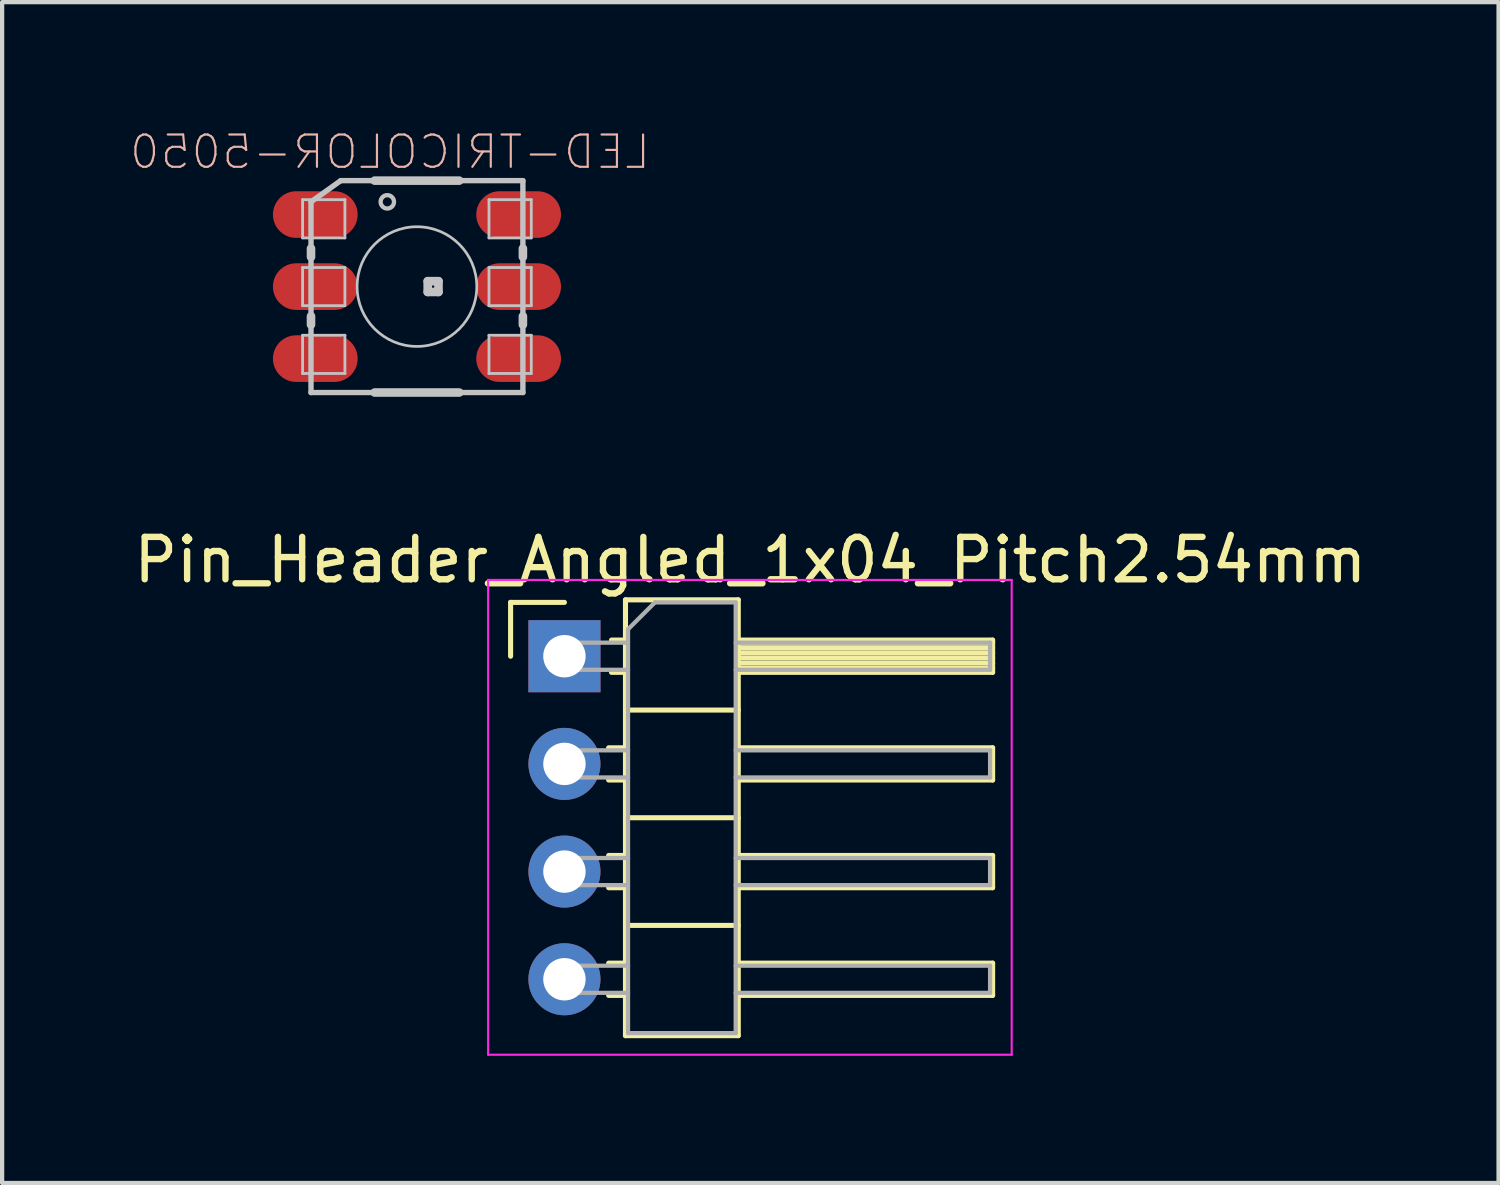
<source format=kicad_pcb>
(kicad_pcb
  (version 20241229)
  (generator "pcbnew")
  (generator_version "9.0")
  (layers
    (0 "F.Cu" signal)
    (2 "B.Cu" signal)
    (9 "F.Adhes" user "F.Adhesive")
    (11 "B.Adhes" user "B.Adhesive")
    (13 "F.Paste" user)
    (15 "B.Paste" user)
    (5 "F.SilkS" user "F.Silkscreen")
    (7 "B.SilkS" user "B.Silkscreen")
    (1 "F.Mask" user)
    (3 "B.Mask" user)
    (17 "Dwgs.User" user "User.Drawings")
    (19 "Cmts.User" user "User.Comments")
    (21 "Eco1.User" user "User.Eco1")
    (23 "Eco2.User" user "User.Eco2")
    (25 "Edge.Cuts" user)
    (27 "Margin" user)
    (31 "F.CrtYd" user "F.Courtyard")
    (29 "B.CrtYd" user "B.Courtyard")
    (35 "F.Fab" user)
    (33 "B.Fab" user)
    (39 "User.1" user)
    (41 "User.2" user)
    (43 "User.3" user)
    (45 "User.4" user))
  (footprint "Pin_Header_Angled_1x04_Pitch2.54mm"
    (layer "F.Cu")
    (at 10.264 12.429)
    (property "Reference" "Pin_Header_Angled_1x04_Pitch2.54mm" (at 4.385 -2.27 0) (layer "F.SilkS") (effects (font (size 1 1) (thickness 0.15))))
    (attr through_hole)
    (fp_line (start -1.27 -1.27) (end 0 -1.27) (stroke (width 0.12) (type solid)) (layer "F.SilkS"))
    (fp_line (start -1.27 0) (end -1.27 -1.27) (stroke (width 0.12) (type solid)) (layer "F.SilkS"))
    (fp_line (start 1.043 2.16) (end 1.44 2.16) (stroke (width 0.12) (type solid)) (layer "F.SilkS"))
    (fp_line (start 1.043 2.92) (end 1.44 2.92) (stroke (width 0.12) (type solid)) (layer "F.SilkS"))
    (fp_line (start 1.043 4.7) (end 1.44 4.7) (stroke (width 0.12) (type solid)) (layer "F.SilkS"))
    (fp_line (start 1.043 5.46) (end 1.44 5.46) (stroke (width 0.12) (type solid)) (layer "F.SilkS"))
    (fp_line (start 1.043 7.24) (end 1.44 7.24) (stroke (width 0.12) (type solid)) (layer "F.SilkS"))
    (fp_line (start 1.043 8) (end 1.44 8) (stroke (width 0.12) (type solid)) (layer "F.SilkS"))
    (fp_line (start 1.11 -0.38) (end 1.44 -0.38) (stroke (width 0.12) (type solid)) (layer "F.SilkS"))
    (fp_line (start 1.11 0.38) (end 1.44 0.38) (stroke (width 0.12) (type solid)) (layer "F.SilkS"))
    (fp_line (start 1.44 -1.33) (end 1.44 8.95) (stroke (width 0.12) (type solid)) (layer "F.SilkS"))
    (fp_line (start 1.44 1.27) (end 4.1 1.27) (stroke (width 0.12) (type solid)) (layer "F.SilkS"))
    (fp_line (start 1.44 3.81) (end 4.1 3.81) (stroke (width 0.12) (type solid)) (layer "F.SilkS"))
    (fp_line (start 1.44 6.35) (end 4.1 6.35) (stroke (width 0.12) (type solid)) (layer "F.SilkS"))
    (fp_line (start 1.44 8.95) (end 4.1 8.95) (stroke (width 0.12) (type solid)) (layer "F.SilkS"))
    (fp_line (start 4.1 -1.33) (end 1.44 -1.33) (stroke (width 0.12) (type solid)) (layer "F.SilkS"))
    (fp_line (start 4.1 -0.38) (end 10.1 -0.38) (stroke (width 0.12) (type solid)) (layer "F.SilkS"))
    (fp_line (start 4.1 -0.32) (end 10.1 -0.32) (stroke (width 0.12) (type solid)) (layer "F.SilkS"))
    (fp_line (start 4.1 -0.2) (end 10.1 -0.2) (stroke (width 0.12) (type solid)) (layer "F.SilkS"))
    (fp_line (start 4.1 -0.08) (end 10.1 -0.08) (stroke (width 0.12) (type solid)) (layer "F.SilkS"))
    (fp_line (start 4.1 0.04) (end 10.1 0.04) (stroke (width 0.12) (type solid)) (layer "F.SilkS"))
    (fp_line (start 4.1 0.16) (end 10.1 0.16) (stroke (width 0.12) (type solid)) (layer "F.SilkS"))
    (fp_line (start 4.1 0.28) (end 10.1 0.28) (stroke (width 0.12) (type solid)) (layer "F.SilkS"))
    (fp_line (start 4.1 2.16) (end 10.1 2.16) (stroke (width 0.12) (type solid)) (layer "F.SilkS"))
    (fp_line (start 4.1 4.7) (end 10.1 4.7) (stroke (width 0.12) (type solid)) (layer "F.SilkS"))
    (fp_line (start 4.1 7.24) (end 10.1 7.24) (stroke (width 0.12) (type solid)) (layer "F.SilkS"))
    (fp_line (start 4.1 8.95) (end 4.1 -1.33) (stroke (width 0.12) (type solid)) (layer "F.SilkS"))
    (fp_line (start 10.1 -0.38) (end 10.1 0.38) (stroke (width 0.12) (type solid)) (layer "F.SilkS"))
    (fp_line (start 10.1 0.38) (end 4.1 0.38) (stroke (width 0.12) (type solid)) (layer "F.SilkS"))
    (fp_line (start 10.1 2.16) (end 10.1 2.92) (stroke (width 0.12) (type solid)) (layer "F.SilkS"))
    (fp_line (start 10.1 2.92) (end 4.1 2.92) (stroke (width 0.12) (type solid)) (layer "F.SilkS"))
    (fp_line (start 10.1 4.7) (end 10.1 5.46) (stroke (width 0.12) (type solid)) (layer "F.SilkS"))
    (fp_line (start 10.1 5.46) (end 4.1 5.46) (stroke (width 0.12) (type solid)) (layer "F.SilkS"))
    (fp_line (start 10.1 7.24) (end 10.1 8) (stroke (width 0.12) (type solid)) (layer "F.SilkS"))
    (fp_line (start 10.1 8) (end 4.1 8) (stroke (width 0.12) (type solid)) (layer "F.SilkS"))
    (fp_line (start -1.8 -1.8) (end -1.8 9.4) (stroke (width 0.05) (type solid)) (layer "F.CrtYd"))
    (fp_line (start -1.8 9.4) (end 10.55 9.4) (stroke (width 0.05) (type solid)) (layer "F.CrtYd"))
    (fp_line (start 10.55 -1.8) (end -1.8 -1.8) (stroke (width 0.05) (type solid)) (layer "F.CrtYd"))
    (fp_line (start 10.55 9.4) (end 10.55 -1.8) (stroke (width 0.05) (type solid)) (layer "F.CrtYd"))
    (fp_line (start -0.32 -0.32) (end -0.32 0.32) (stroke (width 0.1) (type solid)) (layer "F.Fab"))
    (fp_line (start -0.32 -0.32) (end 1.5 -0.32) (stroke (width 0.1) (type solid)) (layer "F.Fab"))
    (fp_line (start -0.32 0.32) (end 1.5 0.32) (stroke (width 0.1) (type solid)) (layer "F.Fab"))
    (fp_line (start -0.32 2.22) (end -0.32 2.86) (stroke (width 0.1) (type solid)) (layer "F.Fab"))
    (fp_line (start -0.32 2.22) (end 1.5 2.22) (stroke (width 0.1) (type solid)) (layer "F.Fab"))
    (fp_line (start -0.32 2.86) (end 1.5 2.86) (stroke (width 0.1) (type solid)) (layer "F.Fab"))
    (fp_line (start -0.32 4.76) (end -0.32 5.4) (stroke (width 0.1) (type solid)) (layer "F.Fab"))
    (fp_line (start -0.32 4.76) (end 1.5 4.76) (stroke (width 0.1) (type solid)) (layer "F.Fab"))
    (fp_line (start -0.32 5.4) (end 1.5 5.4) (stroke (width 0.1) (type solid)) (layer "F.Fab"))
    (fp_line (start -0.32 7.3) (end -0.32 7.94) (stroke (width 0.1) (type solid)) (layer "F.Fab"))
    (fp_line (start -0.32 7.3) (end 1.5 7.3) (stroke (width 0.1) (type solid)) (layer "F.Fab"))
    (fp_line (start -0.32 7.94) (end 1.5 7.94) (stroke (width 0.1) (type solid)) (layer "F.Fab"))
    (fp_line (start 1.5 -0.635) (end 2.135 -1.27) (stroke (width 0.1) (type solid)) (layer "F.Fab"))
    (fp_line (start 1.5 8.89) (end 1.5 -0.635) (stroke (width 0.1) (type solid)) (layer "F.Fab"))
    (fp_line (start 2.135 -1.27) (end 4.04 -1.27) (stroke (width 0.1) (type solid)) (layer "F.Fab"))
    (fp_line (start 4.04 -1.27) (end 4.04 8.89) (stroke (width 0.1) (type solid)) (layer "F.Fab"))
    (fp_line (start 4.04 -0.32) (end 10.04 -0.32) (stroke (width 0.1) (type solid)) (layer "F.Fab"))
    (fp_line (start 4.04 0.32) (end 10.04 0.32) (stroke (width 0.1) (type solid)) (layer "F.Fab"))
    (fp_line (start 4.04 2.22) (end 10.04 2.22) (stroke (width 0.1) (type solid)) (layer "F.Fab"))
    (fp_line (start 4.04 2.86) (end 10.04 2.86) (stroke (width 0.1) (type solid)) (layer "F.Fab"))
    (fp_line (start 4.04 4.76) (end 10.04 4.76) (stroke (width 0.1) (type solid)) (layer "F.Fab"))
    (fp_line (start 4.04 5.4) (end 10.04 5.4) (stroke (width 0.1) (type solid)) (layer "F.Fab"))
    (fp_line (start 4.04 7.3) (end 10.04 7.3) (stroke (width 0.1) (type solid)) (layer "F.Fab"))
    (fp_line (start 4.04 7.94) (end 10.04 7.94) (stroke (width 0.1) (type solid)) (layer "F.Fab"))
    (fp_line (start 4.04 8.89) (end 1.5 8.89) (stroke (width 0.1) (type solid)) (layer "F.Fab"))
    (fp_line (start 10.04 -0.32) (end 10.04 0.32) (stroke (width 0.1) (type solid)) (layer "F.Fab"))
    (fp_line (start 10.04 2.22) (end 10.04 2.86) (stroke (width 0.1) (type solid)) (layer "F.Fab"))
    (fp_line (start 10.04 4.76) (end 10.04 5.4) (stroke (width 0.1) (type solid)) (layer "F.Fab"))
    (fp_line (start 10.04 7.3) (end 10.04 7.94) (stroke (width 0.1) (type solid)) (layer "F.Fab"))
    (pad "1" thru_hole oval (at 0 7.62) (size 1.7 1.7) (drill 1) (layers "*.Cu" "*.Mask"))
    (pad "2" thru_hole oval (at 0 5.08) (size 1.7 1.7) (drill 1) (layers "*.Cu" "*.Mask"))
    (pad "3" thru_hole oval (at 0 2.54) (size 1.7 1.7) (drill 1) (layers "*.Cu" "*.Mask"))
    (pad "4" thru_hole rect (at 0 0) (size 1.7 1.7) (drill 1) (layers "*.Cu" "*.Mask")))
  (footprint "LED-TRICOLOR-5050"
    (layer "F.Cu")
    (at 6.785 3.71)
    (property "Reference" "LED-TRICOLOR-5050" (at -0.635 -3.175 0) (layer "B.SilkS") (effects (font (size 0.762 0.762) (thickness 0.051)) (justify mirror)))
    (attr smd)
    (fp_line (start -2.697 -2.05) (end -1.699 -2.05) (stroke (width 0.066) (type solid)) (layer "Dwgs.User"))
    (fp_line (start -2.697 -1.148) (end -2.697 -2.05) (stroke (width 0.066) (type solid)) (layer "Dwgs.User"))
    (fp_line (start -2.697 -1.148) (end -1.699 -1.148) (stroke (width 0.066) (type solid)) (layer "Dwgs.User"))
    (fp_line (start -2.697 -0.45) (end -1.699 -0.45) (stroke (width 0.066) (type solid)) (layer "Dwgs.User"))
    (fp_line (start -2.697 0.45) (end -2.697 -0.45) (stroke (width 0.066) (type solid)) (layer "Dwgs.User"))
    (fp_line (start -2.697 0.45) (end -1.699 0.45) (stroke (width 0.066) (type solid)) (layer "Dwgs.User"))
    (fp_line (start -2.697 1.148) (end -1.699 1.148) (stroke (width 0.066) (type solid)) (layer "Dwgs.User"))
    (fp_line (start -2.697 2.05) (end -2.697 1.148) (stroke (width 0.066) (type solid)) (layer "Dwgs.User"))
    (fp_line (start -2.697 2.05) (end -1.699 2.05) (stroke (width 0.066) (type solid)) (layer "Dwgs.User"))
    (fp_line (start -2.499 -1.999) (end -1.798 -2.499) (stroke (width 0.127) (type solid)) (layer "Dwgs.User"))
    (fp_line (start -2.499 -0.699) (end -2.499 -0.899) (stroke (width 0.203) (type solid)) (layer "Dwgs.User"))
    (fp_line (start -2.499 0.899) (end -2.499 0.699) (stroke (width 0.203) (type solid)) (layer "Dwgs.User"))
    (fp_line (start -2.499 2.499) (end -2.499 -1.999) (stroke (width 0.127) (type solid)) (layer "Dwgs.User"))
    (fp_line (start -1.798 -2.499) (end 2.499 -2.499) (stroke (width 0.127) (type solid)) (layer "Dwgs.User"))
    (fp_line (start -1.699 -1.148) (end -1.699 -2.05) (stroke (width 0.066) (type solid)) (layer "Dwgs.User"))
    (fp_line (start -1.699 0.45) (end -1.699 -0.45) (stroke (width 0.066) (type solid)) (layer "Dwgs.User"))
    (fp_line (start -1.699 2.05) (end -1.699 1.148) (stroke (width 0.066) (type solid)) (layer "Dwgs.User"))
    (fp_line (start -0.998 -2.499) (end 0.998 -2.499) (stroke (width 0.203) (type solid)) (layer "Dwgs.User"))
    (fp_line (start -0.998 2.499) (end 0.998 2.499) (stroke (width 0.203) (type solid)) (layer "Dwgs.User"))
    (fp_line (start 0.254 -0.127) (end 0.508 -0.127) (stroke (width 0.203) (type solid)) (layer "Dwgs.User"))
    (fp_line (start 0.254 0.127) (end 0.254 -0.127) (stroke (width 0.203) (type solid)) (layer "Dwgs.User"))
    (fp_line (start 0.508 -0.127) (end 0.508 0.127) (stroke (width 0.203) (type solid)) (layer "Dwgs.User"))
    (fp_line (start 0.508 0.127) (end 0.254 0.127) (stroke (width 0.203) (type solid)) (layer "Dwgs.User"))
    (fp_line (start 1.699 -2.05) (end 2.697 -2.05) (stroke (width 0.066) (type solid)) (layer "Dwgs.User"))
    (fp_line (start 1.699 -1.148) (end 1.699 -2.05) (stroke (width 0.066) (type solid)) (layer "Dwgs.User"))
    (fp_line (start 1.699 -1.148) (end 2.697 -1.148) (stroke (width 0.066) (type solid)) (layer "Dwgs.User"))
    (fp_line (start 1.699 -0.45) (end 2.697 -0.45) (stroke (width 0.066) (type solid)) (layer "Dwgs.User"))
    (fp_line (start 1.699 0.45) (end 1.699 -0.45) (stroke (width 0.066) (type solid)) (layer "Dwgs.User"))
    (fp_line (start 1.699 0.45) (end 2.697 0.45) (stroke (width 0.066) (type solid)) (layer "Dwgs.User"))
    (fp_line (start 1.699 1.148) (end 2.697 1.148) (stroke (width 0.066) (type solid)) (layer "Dwgs.User"))
    (fp_line (start 1.699 2.05) (end 1.699 1.148) (stroke (width 0.066) (type solid)) (layer "Dwgs.User"))
    (fp_line (start 1.699 2.05) (end 2.697 2.05) (stroke (width 0.066) (type solid)) (layer "Dwgs.User"))
    (fp_line (start 2.499 -2.499) (end 2.499 2.499) (stroke (width 0.127) (type solid)) (layer "Dwgs.User"))
    (fp_line (start 2.499 -0.699) (end 2.499 -0.899) (stroke (width 0.203) (type solid)) (layer "Dwgs.User"))
    (fp_line (start 2.499 0.899) (end 2.499 0.699) (stroke (width 0.203) (type solid)) (layer "Dwgs.User"))
    (fp_line (start 2.499 2.499) (end -2.499 2.499) (stroke (width 0.127) (type solid)) (layer "Dwgs.User"))
    (fp_line (start 2.697 -1.148) (end 2.697 -2.05) (stroke (width 0.066) (type solid)) (layer "Dwgs.User"))
    (fp_line (start 2.697 0.45) (end 2.697 -0.45) (stroke (width 0.066) (type solid)) (layer "Dwgs.User"))
    (fp_line (start 2.697 2.05) (end 2.697 1.148) (stroke (width 0.066) (type solid)) (layer "Dwgs.User"))
    (fp_circle (center -0.699 -1.999) (end -0.81 -2.111) (stroke (width 0.102) (type solid)) (fill no) (layer "Dwgs.User"))
    (fp_circle (center 0 0) (end -0.998 0.998) (stroke (width 0.064) (type solid)) (fill no) (layer "Dwgs.User"))
    (pad "1" smd oval (at -2.398 -1.699) (size 1.999 1.1) (layers "F.Cu" "F.Mask" "F.Paste"))
    (pad "2" smd oval (at -2.398 0) (size 1.999 1.1) (layers "F.Cu" "F.Mask" "F.Paste"))
    (pad "3" smd oval (at -2.398 1.699) (size 1.999 1.1) (layers "F.Cu" "F.Mask" "F.Paste"))
    (pad "4" smd oval (at 2.398 1.699) (size 1.999 1.1) (layers "F.Cu" "F.Mask" "F.Paste"))
    (pad "5" smd oval (at 2.398 0) (size 1.999 1.1) (layers "F.Cu" "F.Mask" "F.Paste"))
    (pad "6" smd oval (at 2.398 -1.699) (size 1.999 1.1) (layers "F.Cu" "F.Mask" "F.Paste")))
  (gr_rect
    (start -3 -3)
    (end 32.298 24.854)
    (stroke (width 0.1) (type default))
    (fill no)
    (layer "Edge.Cuts")))
</source>
